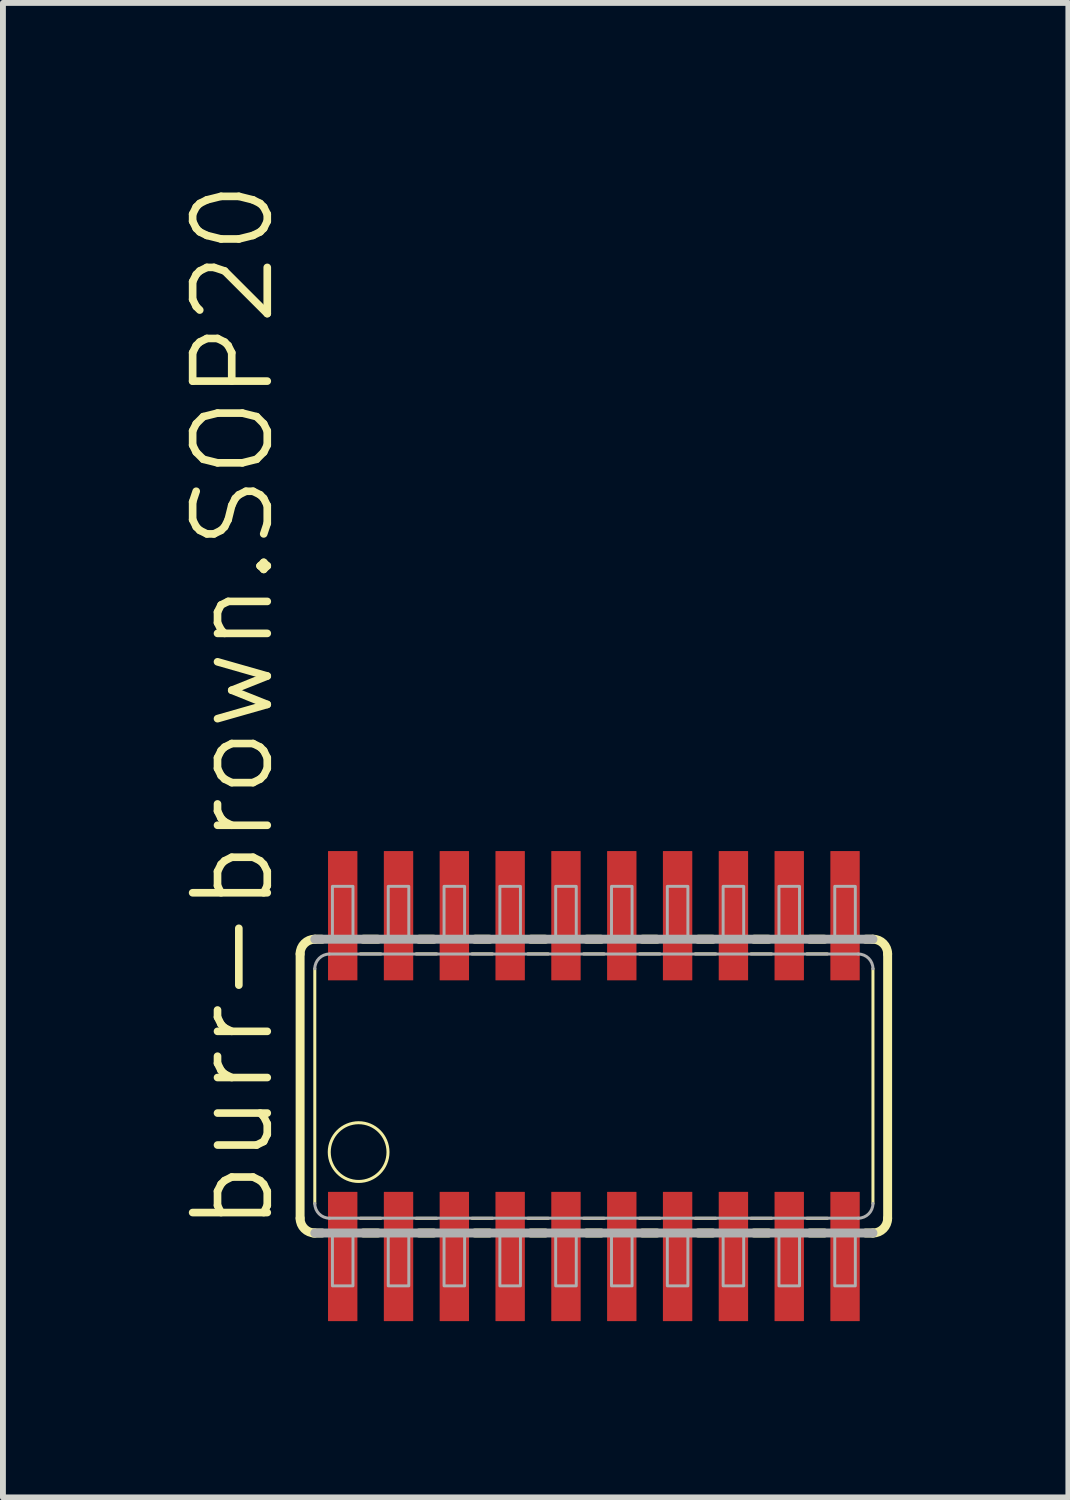
<source format=kicad_pcb>
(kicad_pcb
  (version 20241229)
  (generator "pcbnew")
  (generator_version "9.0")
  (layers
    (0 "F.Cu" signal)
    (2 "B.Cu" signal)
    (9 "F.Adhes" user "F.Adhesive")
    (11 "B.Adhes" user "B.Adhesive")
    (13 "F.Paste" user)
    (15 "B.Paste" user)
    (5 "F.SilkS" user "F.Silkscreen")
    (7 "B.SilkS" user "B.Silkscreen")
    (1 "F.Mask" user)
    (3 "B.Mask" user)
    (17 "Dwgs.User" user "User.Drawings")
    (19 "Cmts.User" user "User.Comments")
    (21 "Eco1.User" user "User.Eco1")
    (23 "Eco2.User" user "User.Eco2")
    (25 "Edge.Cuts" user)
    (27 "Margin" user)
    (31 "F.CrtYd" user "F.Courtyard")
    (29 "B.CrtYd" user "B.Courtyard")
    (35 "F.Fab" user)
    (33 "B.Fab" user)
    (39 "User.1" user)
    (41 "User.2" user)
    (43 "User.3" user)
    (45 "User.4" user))
  (footprint "burr-brown.SOP20"
    (layer "F.Cu")
    (at 7.058 15.436)
    (property "Reference" "burr-brown.SOP20" (at -5.397 2.54 90) (layer "F.SilkS") (effects (font (size 1.27 1.27) (thickness 0.13)) (justify left bottom)))
    (attr smd)
    (fp_line (start -5 2.25) (end -5 -2.25) (stroke (width 0.152) (type default)) (layer "F.SilkS"))
    (fp_line (start -4.775 2.5) (end -4.626 2.5) (stroke (width 0.152) (type default)) (layer "F.SilkS"))
    (fp_line (start -4.75 -2.5) (end -4.626 -2.5) (stroke (width 0.152) (type default)) (layer "F.SilkS"))
    (fp_line (start -4.75 2) (end -4.75 -2) (stroke (width 0.051) (type default)) (layer "F.SilkS"))
    (fp_line (start -3.975 -2.25) (end -3.625 -2.25) (stroke (width 0.051) (type default)) (layer "F.SilkS"))
    (fp_line (start -3.975 2.25) (end -3.625 2.25) (stroke (width 0.051) (type default)) (layer "F.SilkS"))
    (fp_line (start -3.924 -2.5) (end -3.676 -2.5) (stroke (width 0.152) (type default)) (layer "F.SilkS"))
    (fp_line (start -3.924 2.5) (end -3.676 2.5) (stroke (width 0.152) (type default)) (layer "F.SilkS"))
    (fp_line (start -3.025 -2.25) (end -2.675 -2.25) (stroke (width 0.051) (type default)) (layer "F.SilkS"))
    (fp_line (start -3.025 2.25) (end -2.675 2.25) (stroke (width 0.051) (type default)) (layer "F.SilkS"))
    (fp_line (start -2.974 -2.5) (end -2.726 -2.5) (stroke (width 0.152) (type default)) (layer "F.SilkS"))
    (fp_line (start -2.974 2.5) (end -2.726 2.5) (stroke (width 0.152) (type default)) (layer "F.SilkS"))
    (fp_line (start -2.075 -2.25) (end -1.725 -2.25) (stroke (width 0.051) (type default)) (layer "F.SilkS"))
    (fp_line (start -2.075 2.25) (end -1.725 2.25) (stroke (width 0.051) (type default)) (layer "F.SilkS"))
    (fp_line (start -2.024 -2.5) (end -1.776 -2.5) (stroke (width 0.152) (type default)) (layer "F.SilkS"))
    (fp_line (start -2.024 2.5) (end -1.776 2.5) (stroke (width 0.152) (type default)) (layer "F.SilkS"))
    (fp_line (start -1.125 -2.25) (end -0.775 -2.25) (stroke (width 0.051) (type default)) (layer "F.SilkS"))
    (fp_line (start -1.125 2.25) (end -0.775 2.25) (stroke (width 0.051) (type default)) (layer "F.SilkS"))
    (fp_line (start -1.074 -2.5) (end -0.826 -2.5) (stroke (width 0.152) (type default)) (layer "F.SilkS"))
    (fp_line (start -1.074 2.5) (end -0.826 2.5) (stroke (width 0.152) (type default)) (layer "F.SilkS"))
    (fp_line (start -0.175 -2.25) (end 0.175 -2.25) (stroke (width 0.051) (type default)) (layer "F.SilkS"))
    (fp_line (start -0.175 2.25) (end 0.175 2.25) (stroke (width 0.051) (type default)) (layer "F.SilkS"))
    (fp_line (start -0.124 -2.5) (end 0.124 -2.5) (stroke (width 0.152) (type default)) (layer "F.SilkS"))
    (fp_line (start -0.124 2.5) (end 0.124 2.5) (stroke (width 0.152) (type default)) (layer "F.SilkS"))
    (fp_line (start 0.775 -2.25) (end 1.125 -2.25) (stroke (width 0.051) (type default)) (layer "F.SilkS"))
    (fp_line (start 0.775 2.25) (end 1.125 2.25) (stroke (width 0.051) (type default)) (layer "F.SilkS"))
    (fp_line (start 0.826 -2.5) (end 1.074 -2.5) (stroke (width 0.152) (type default)) (layer "F.SilkS"))
    (fp_line (start 0.826 2.5) (end 1.074 2.5) (stroke (width 0.152) (type default)) (layer "F.SilkS"))
    (fp_line (start 1.725 -2.25) (end 2.075 -2.25) (stroke (width 0.051) (type default)) (layer "F.SilkS"))
    (fp_line (start 1.725 2.25) (end 2.075 2.25) (stroke (width 0.051) (type default)) (layer "F.SilkS"))
    (fp_line (start 1.776 -2.5) (end 2.024 -2.5) (stroke (width 0.152) (type default)) (layer "F.SilkS"))
    (fp_line (start 1.776 2.5) (end 2.024 2.5) (stroke (width 0.152) (type default)) (layer "F.SilkS"))
    (fp_line (start 2.675 -2.25) (end 3.025 -2.25) (stroke (width 0.051) (type default)) (layer "F.SilkS"))
    (fp_line (start 2.675 2.25) (end 3.025 2.25) (stroke (width 0.051) (type default)) (layer "F.SilkS"))
    (fp_line (start 2.726 -2.5) (end 2.974 -2.5) (stroke (width 0.152) (type default)) (layer "F.SilkS"))
    (fp_line (start 2.726 2.5) (end 2.974 2.5) (stroke (width 0.152) (type default)) (layer "F.SilkS"))
    (fp_line (start 3.625 -2.25) (end 3.975 -2.25) (stroke (width 0.051) (type default)) (layer "F.SilkS"))
    (fp_line (start 3.625 2.25) (end 3.975 2.25) (stroke (width 0.051) (type default)) (layer "F.SilkS"))
    (fp_line (start 3.676 -2.5) (end 3.924 -2.5) (stroke (width 0.152) (type default)) (layer "F.SilkS"))
    (fp_line (start 3.676 2.5) (end 3.924 2.5) (stroke (width 0.152) (type default)) (layer "F.SilkS"))
    (fp_line (start 4.626 -2.5) (end 4.75 -2.5) (stroke (width 0.152) (type default)) (layer "F.SilkS"))
    (fp_line (start 4.626 2.5) (end 4.75 2.5) (stroke (width 0.152) (type default)) (layer "F.SilkS"))
    (fp_line (start 4.75 -2) (end 4.75 2) (stroke (width 0.051) (type default)) (layer "F.SilkS"))
    (fp_line (start 5 -2.25) (end 5 2.25) (stroke (width 0.152) (type default)) (layer "F.SilkS"))
    (fp_arc (start -5 -2.25) (mid -4.926777 -2.426777) (end -4.75 -2.5) (stroke (width 0.1524) (type default)) (layer "F.SilkS"))
    (fp_arc (start -4.75 2.5) (mid -4.926777 2.426777) (end -5 2.25) (stroke (width 0.1524) (type default)) (layer "F.SilkS"))
    (fp_arc (start 4.75 -2.5) (mid 4.926777 -2.426777) (end 5 -2.25) (stroke (width 0.1524) (type default)) (layer "F.SilkS"))
    (fp_arc (start 5 2.25) (mid 4.926777 2.426777) (end 4.75 2.5) (stroke (width 0.1524) (type default)) (layer "F.SilkS"))
    (fp_circle (center -4.004 1.123) (end -3.504 1.123) (stroke (width 0.051) (type default)) (fill no) (layer "F.SilkS"))
    (fp_line (start -4.75 -2.5) (end 4.75 -2.5) (stroke (width 0.152) (type default)) (layer "F.Fab"))
    (fp_line (start -4.5 -2.248) (end 4.5 -2.248) (stroke (width 0.051) (type default)) (layer "F.Fab"))
    (fp_line (start 4.5 2.248) (end -4.5 2.248) (stroke (width 0.051) (type default)) (layer "F.Fab"))
    (fp_line (start 4.75 2.5) (end -4.75 2.5) (stroke (width 0.152) (type default)) (layer "F.Fab"))
    (fp_rect (start -4.45 -2.5) (end -4.1 -3.4) (stroke (width 0.05) (type default)) (fill no) (layer "F.Fab"))
    (fp_rect (start -4.45 3.4) (end -4.1 2.5) (stroke (width 0.05) (type default)) (fill no) (layer "F.Fab"))
    (fp_rect (start -3.5 -2.5) (end -3.15 -3.4) (stroke (width 0.05) (type default)) (fill no) (layer "F.Fab"))
    (fp_rect (start -3.5 3.4) (end -3.15 2.5) (stroke (width 0.05) (type default)) (fill no) (layer "F.Fab"))
    (fp_rect (start -2.55 -2.5) (end -2.2 -3.4) (stroke (width 0.05) (type default)) (fill no) (layer "F.Fab"))
    (fp_rect (start -2.55 3.4) (end -2.2 2.5) (stroke (width 0.05) (type default)) (fill no) (layer "F.Fab"))
    (fp_rect (start -1.6 -2.5) (end -1.25 -3.4) (stroke (width 0.05) (type default)) (fill no) (layer "F.Fab"))
    (fp_rect (start -1.6 3.4) (end -1.25 2.5) (stroke (width 0.05) (type default)) (fill no) (layer "F.Fab"))
    (fp_rect (start -0.65 -2.5) (end -0.3 -3.4) (stroke (width 0.05) (type default)) (fill no) (layer "F.Fab"))
    (fp_rect (start -0.65 3.4) (end -0.3 2.5) (stroke (width 0.05) (type default)) (fill no) (layer "F.Fab"))
    (fp_rect (start 0.3 -2.5) (end 0.65 -3.4) (stroke (width 0.05) (type default)) (fill no) (layer "F.Fab"))
    (fp_rect (start 0.3 3.4) (end 0.65 2.5) (stroke (width 0.05) (type default)) (fill no) (layer "F.Fab"))
    (fp_rect (start 1.25 -2.5) (end 1.6 -3.4) (stroke (width 0.05) (type default)) (fill no) (layer "F.Fab"))
    (fp_rect (start 1.25 3.4) (end 1.6 2.5) (stroke (width 0.05) (type default)) (fill no) (layer "F.Fab"))
    (fp_rect (start 2.2 -2.5) (end 2.55 -3.4) (stroke (width 0.05) (type default)) (fill no) (layer "F.Fab"))
    (fp_rect (start 2.2 3.4) (end 2.55 2.5) (stroke (width 0.05) (type default)) (fill no) (layer "F.Fab"))
    (fp_rect (start 3.15 -2.5) (end 3.5 -3.4) (stroke (width 0.05) (type default)) (fill no) (layer "F.Fab"))
    (fp_rect (start 3.15 3.4) (end 3.5 2.5) (stroke (width 0.05) (type default)) (fill no) (layer "F.Fab"))
    (fp_rect (start 4.1 -2.5) (end 4.45 -3.4) (stroke (width 0.05) (type default)) (fill no) (layer "F.Fab"))
    (fp_rect (start 4.1 3.4) (end 4.45 2.5) (stroke (width 0.05) (type default)) (fill no) (layer "F.Fab"))
    (fp_arc (start -4.75 -1.998) (mid -4.676777 -2.174777) (end -4.5 -2.248) (stroke (width 0.0508) (type default)) (layer "F.Fab"))
    (fp_arc (start -4.5 2.248) (mid -4.676777 2.174777) (end -4.75 1.998) (stroke (width 0.0508) (type default)) (layer "F.Fab"))
    (fp_arc (start 4.5 -2.248) (mid 4.676777 -2.174777) (end 4.75 -1.998) (stroke (width 0.0508) (type default)) (layer "F.Fab"))
    (fp_arc (start 4.75 1.998) (mid 4.676777 2.174777) (end 4.5 2.248) (stroke (width 0.0508) (type default)) (layer "F.Fab"))
    (pad "1" smd roundrect (at -4.275 2.9) (size 0.5 2.2) (layers "F.Cu" "F.Mask" "F.Paste") (roundrect_rratio 0.01))
    (pad "2" smd roundrect (at -3.325 2.9) (size 0.5 2.2) (layers "F.Cu" "F.Mask" "F.Paste") (roundrect_rratio 0.01))
    (pad "3" smd roundrect (at -2.375 2.9) (size 0.5 2.2) (layers "F.Cu" "F.Mask" "F.Paste") (roundrect_rratio 0.01))
    (pad "4" smd roundrect (at -1.425 2.9) (size 0.5 2.2) (layers "F.Cu" "F.Mask" "F.Paste") (roundrect_rratio 0.01))
    (pad "5" smd roundrect (at -0.475 2.9) (size 0.5 2.2) (layers "F.Cu" "F.Mask" "F.Paste") (roundrect_rratio 0.01))
    (pad "6" smd roundrect (at 0.475 2.9) (size 0.5 2.2) (layers "F.Cu" "F.Mask" "F.Paste") (roundrect_rratio 0.01))
    (pad "7" smd roundrect (at 1.425 2.9) (size 0.5 2.2) (layers "F.Cu" "F.Mask" "F.Paste") (roundrect_rratio 0.01))
    (pad "8" smd roundrect (at 2.375 2.9) (size 0.5 2.2) (layers "F.Cu" "F.Mask" "F.Paste") (roundrect_rratio 0.01))
    (pad "9" smd roundrect (at 3.325 2.9) (size 0.5 2.2) (layers "F.Cu" "F.Mask" "F.Paste") (roundrect_rratio 0.01))
    (pad "10" smd roundrect (at 4.275 2.9) (size 0.5 2.2) (layers "F.Cu" "F.Mask" "F.Paste") (roundrect_rratio 0.01))
    (pad "11" smd roundrect (at 4.275 -2.9) (size 0.5 2.2) (layers "F.Cu" "F.Mask" "F.Paste") (roundrect_rratio 0.01))
    (pad "12" smd roundrect (at 3.325 -2.9) (size 0.5 2.2) (layers "F.Cu" "F.Mask" "F.Paste") (roundrect_rratio 0.01))
    (pad "13" smd roundrect (at 2.375 -2.9) (size 0.5 2.2) (layers "F.Cu" "F.Mask" "F.Paste") (roundrect_rratio 0.01))
    (pad "14" smd roundrect (at 1.425 -2.9) (size 0.5 2.2) (layers "F.Cu" "F.Mask" "F.Paste") (roundrect_rratio 0.01))
    (pad "15" smd roundrect (at 0.475 -2.9) (size 0.5 2.2) (layers "F.Cu" "F.Mask" "F.Paste") (roundrect_rratio 0.01))
    (pad "16" smd roundrect (at -0.475 -2.9) (size 0.5 2.2) (layers "F.Cu" "F.Mask" "F.Paste") (roundrect_rratio 0.01))
    (pad "17" smd roundrect (at -1.425 -2.9) (size 0.5 2.2) (layers "F.Cu" "F.Mask" "F.Paste") (roundrect_rratio 0.01))
    (pad "18" smd roundrect (at -2.375 -2.9) (size 0.5 2.2) (layers "F.Cu" "F.Mask" "F.Paste") (roundrect_rratio 0.01))
    (pad "19" smd roundrect (at -3.325 -2.9) (size 0.5 2.2) (layers "F.Cu" "F.Mask" "F.Paste") (roundrect_rratio 0.01))
    (pad "20" smd roundrect (at -4.275 -2.9) (size 0.5 2.2) (layers "F.Cu" "F.Mask" "F.Paste") (roundrect_rratio 0.01)))
  (gr_rect
    (start -3 -3)
    (end 15.134 22.436)
    (stroke (width 0.1) (type default))
    (fill no)
    (layer "Edge.Cuts")))
</source>
